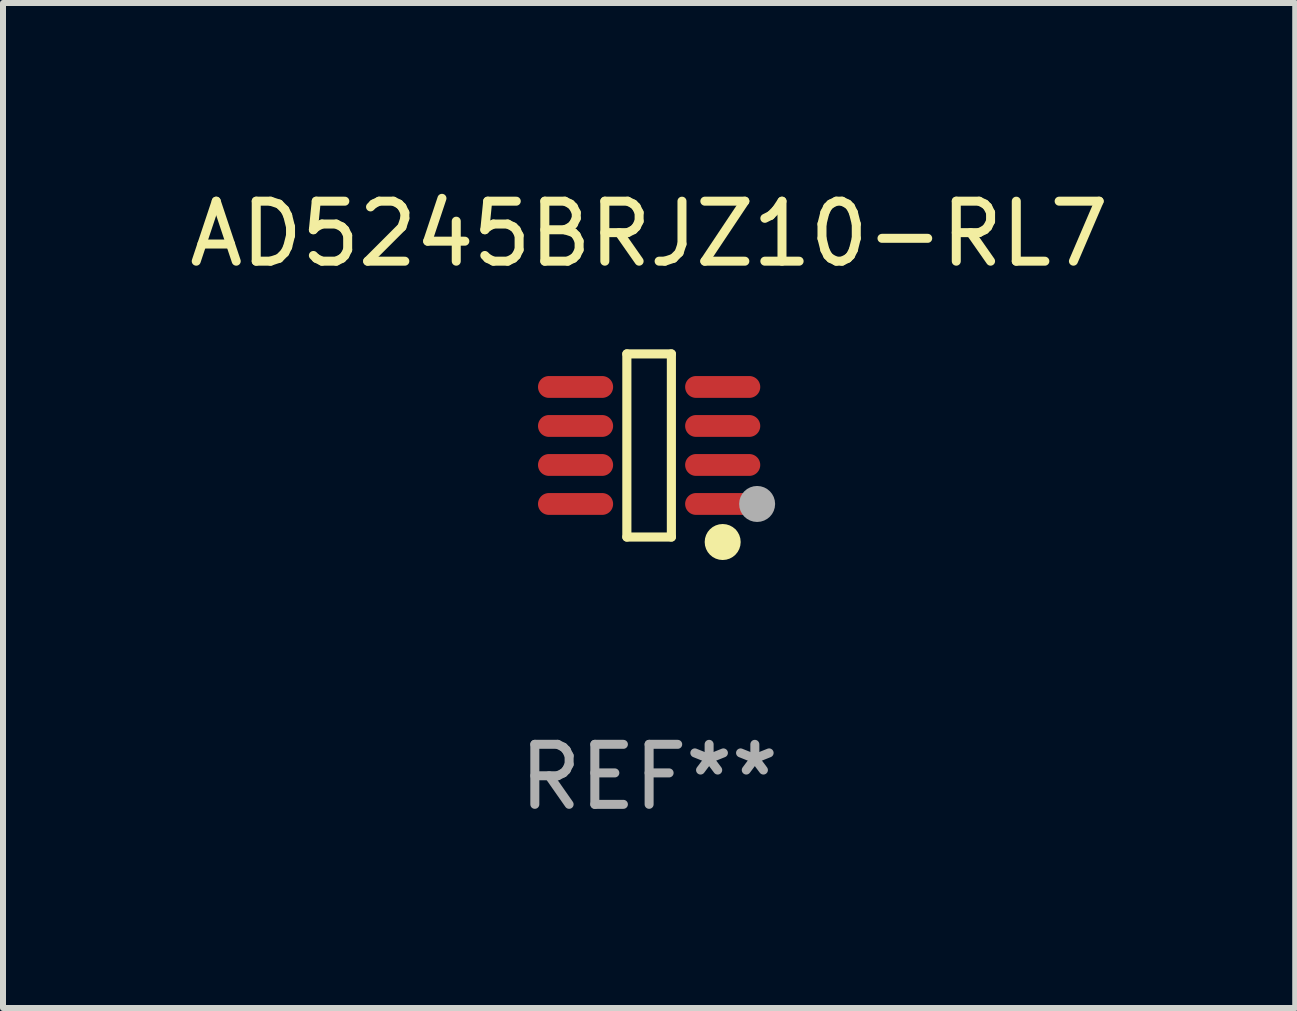
<source format=kicad_pcb>
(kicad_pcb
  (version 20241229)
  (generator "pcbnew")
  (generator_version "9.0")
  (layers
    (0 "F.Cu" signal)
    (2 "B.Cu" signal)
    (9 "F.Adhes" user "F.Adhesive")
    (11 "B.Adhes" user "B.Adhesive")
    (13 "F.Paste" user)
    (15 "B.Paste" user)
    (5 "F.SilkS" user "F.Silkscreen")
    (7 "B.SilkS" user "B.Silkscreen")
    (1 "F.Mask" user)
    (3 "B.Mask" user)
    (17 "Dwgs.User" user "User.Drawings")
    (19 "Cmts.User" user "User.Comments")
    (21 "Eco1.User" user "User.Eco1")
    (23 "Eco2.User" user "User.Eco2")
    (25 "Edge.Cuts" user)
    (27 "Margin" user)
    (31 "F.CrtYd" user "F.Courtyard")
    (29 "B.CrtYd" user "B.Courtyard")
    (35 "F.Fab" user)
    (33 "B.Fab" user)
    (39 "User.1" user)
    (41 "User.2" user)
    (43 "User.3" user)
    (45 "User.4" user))
  (footprint "AD5245BRJZ10-RL7"
    (layer "F.Cu")
    (at 7.768 4.374)
    (property "Reference" "AD5245BRJZ10-RL7" (at 0 -3.526 0) (layer "F.SilkS") (effects (font (size 1 1) (thickness 0.15))))
    (attr through_hole)
    (fp_line (start -0.371 -1.526) (end 0.371 -1.526) (stroke (width 0.152) (type solid)) (layer "F.SilkS"))
    (fp_line (start -0.371 1.526) (end -0.371 -1.526) (stroke (width 0.152) (type solid)) (layer "F.SilkS"))
    (fp_line (start 0.371 -1.526) (end 0.371 1.526) (stroke (width 0.152) (type solid)) (layer "F.SilkS"))
    (fp_line (start 0.371 1.526) (end -0.371 1.526) (stroke (width 0.152) (type solid)) (layer "F.SilkS"))
    (fp_circle (center 1.226 1.609) (end 1.376 1.609) (stroke (width 0.3) (type solid)) (fill no) (layer "F.SilkS"))
    (fp_circle (center 1.4 1.45) (end 1.43 1.45) (stroke (width 0.06) (type solid)) (fill no) (layer "F.SilkS"))
    (fp_circle (center 1.8 0.975) (end 1.95 0.975) (stroke (width 0.3) (type solid)) (fill no) (layer "F.Fab"))
    (fp_text user "REF**" (at 0 5.526 0) (layer "F.Fab") (effects (font (size 1 1) (thickness 0.15))))
    (pad "1" smd oval (at 1.226 0.975) (size 1.252 0.364) (layers "F.Cu" "F.Mask" "F.Paste"))
    (pad "2" smd oval (at 1.226 0.325) (size 1.252 0.364) (layers "F.Cu" "F.Mask" "F.Paste"))
    (pad "3" smd oval (at 1.226 -0.325) (size 1.252 0.364) (layers "F.Cu" "F.Mask" "F.Paste"))
    (pad "4" smd oval (at 1.226 -0.975) (size 1.252 0.364) (layers "F.Cu" "F.Mask" "F.Paste"))
    (pad "5" smd oval (at -1.226 -0.975) (size 1.252 0.364) (layers "F.Cu" "F.Mask" "F.Paste"))
    (pad "6" smd oval (at -1.226 -0.325) (size 1.252 0.364) (layers "F.Cu" "F.Mask" "F.Paste"))
    (pad "7" smd oval (at -1.226 0.325) (size 1.252 0.364) (layers "F.Cu" "F.Mask" "F.Paste"))
    (pad "8" smd oval (at -1.226 0.975) (size 1.252 0.364) (layers "F.Cu" "F.Mask" "F.Paste")))
  (gr_rect
    (start -3 -3)
    (end 18.536 13.749)
    (stroke (width 0.1) (type default))
    (fill no)
    (layer "Edge.Cuts")))
</source>
